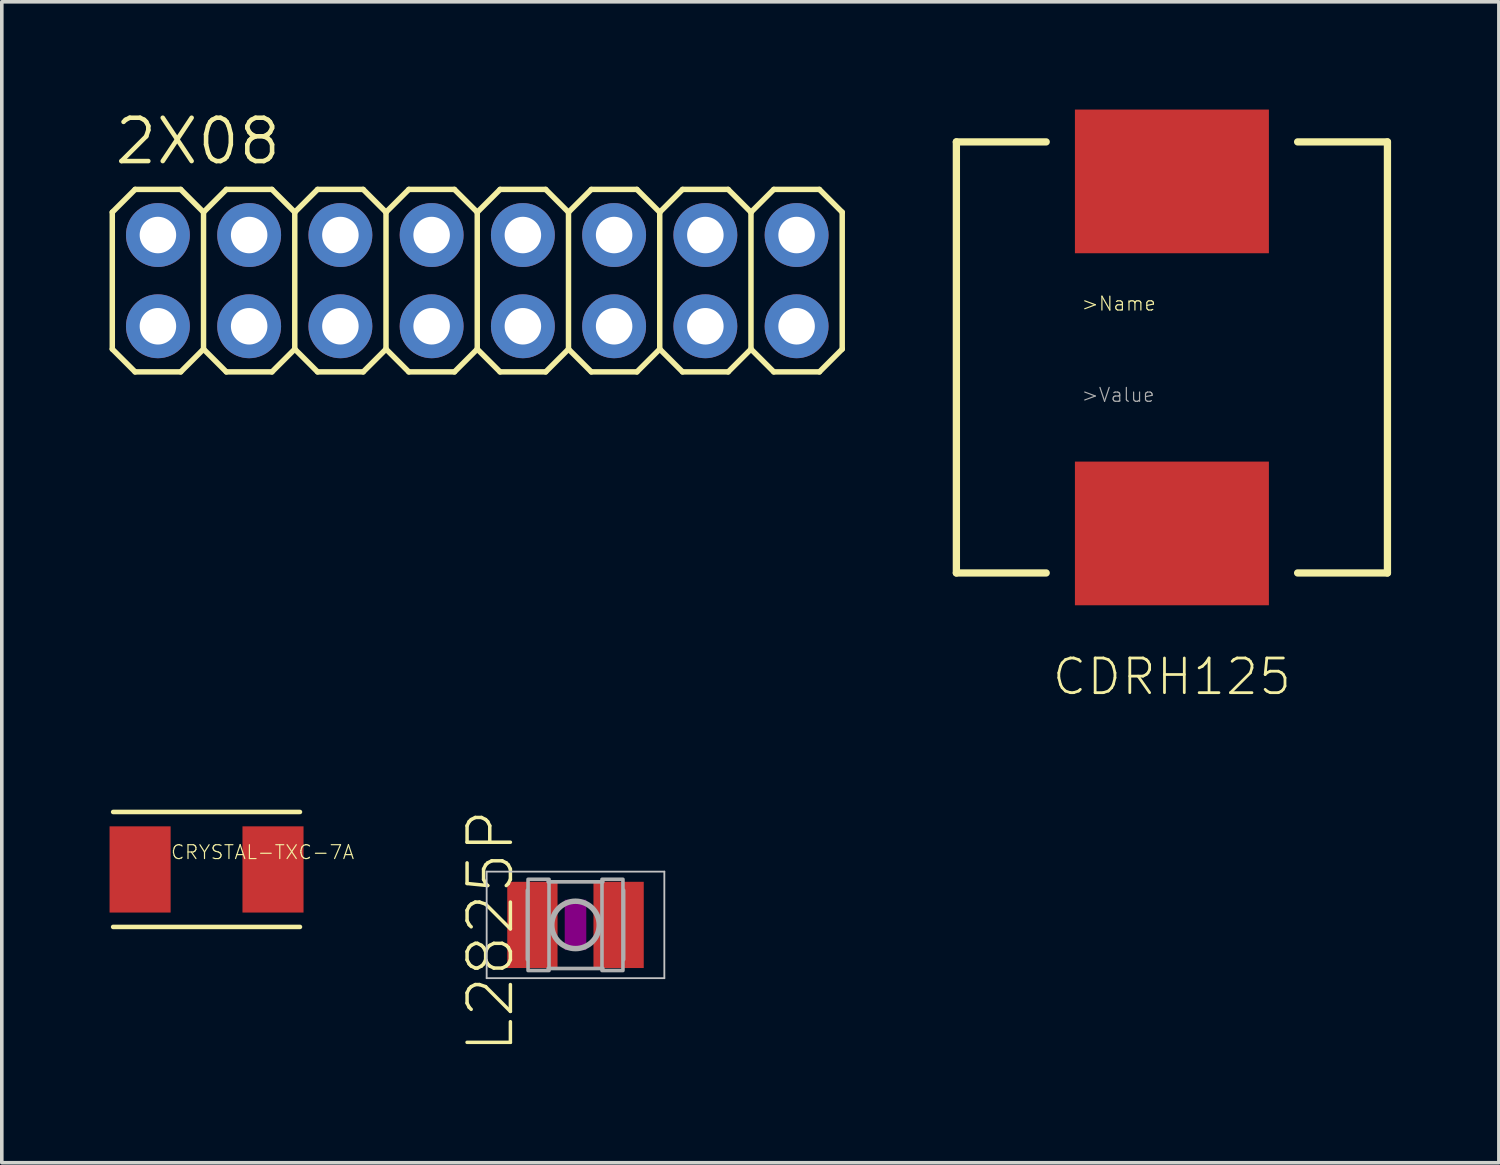
<source format=kicad_pcb>
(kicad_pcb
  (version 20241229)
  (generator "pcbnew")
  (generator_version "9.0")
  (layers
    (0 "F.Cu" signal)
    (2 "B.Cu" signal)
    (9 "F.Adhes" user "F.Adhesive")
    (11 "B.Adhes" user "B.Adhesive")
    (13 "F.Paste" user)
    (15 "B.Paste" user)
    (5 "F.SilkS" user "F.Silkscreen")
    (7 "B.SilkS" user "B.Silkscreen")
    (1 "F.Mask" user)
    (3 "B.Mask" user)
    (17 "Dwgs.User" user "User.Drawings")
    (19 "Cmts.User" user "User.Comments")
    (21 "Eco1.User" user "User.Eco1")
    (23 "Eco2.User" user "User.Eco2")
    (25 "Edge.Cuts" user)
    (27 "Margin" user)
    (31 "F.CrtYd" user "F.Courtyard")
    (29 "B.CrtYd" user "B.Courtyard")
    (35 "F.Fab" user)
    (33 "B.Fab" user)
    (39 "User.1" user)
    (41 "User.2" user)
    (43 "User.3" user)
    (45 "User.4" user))
  (footprint "CDRH125"
    (layer "F.Cu")
    (at 29.574 6.9)
    (property "Reference" "CDRH125" (at 0 8.89 180) (layer "F.SilkS") (effects (font (size 0.965 0.965) (thickness 0.077))))
    (attr through_hole)
    (fp_line (start -6 -6) (end -6 6) (stroke (width 0.203) (type solid)) (layer "F.SilkS"))
    (fp_line (start -6 6) (end -3.5 6) (stroke (width 0.203) (type solid)) (layer "F.SilkS"))
    (fp_line (start -3.5 -6) (end -6 -6) (stroke (width 0.203) (type solid)) (layer "F.SilkS"))
    (fp_line (start 3.5 6) (end 6 6) (stroke (width 0.203) (type solid)) (layer "F.SilkS"))
    (fp_line (start 6 -6) (end 3.5 -6) (stroke (width 0.203) (type solid)) (layer "F.SilkS"))
    (fp_line (start 6 6) (end 6 -6) (stroke (width 0.203) (type solid)) (layer "F.SilkS"))
    (fp_text user ">Name" (at -2.54 -1.27 0) (layer "F.SilkS") (effects (font (size 0.386 0.386) (thickness 0.033)) (justify left bottom)))
    (fp_text user ">Value" (at -2.54 1.27 0) (layer "F.Fab") (effects (font (size 0.386 0.386) (thickness 0.033)) (justify left bottom)))
    (pad "1" smd rect (at 0 -4.9) (size 5.4 4) (layers "F.Cu" "F.Mask" "F.Paste"))
    (pad "2" smd rect (at 0 4.9) (size 5.4 4) (layers "F.Cu" "F.Mask" "F.Paste")))
  (footprint "CRYSTAL-TXC-7A"
    (layer "F.Cu")
    (at 2.7 21.154)
    (property "Reference" "CRYSTAL-TXC-7A" (at -1.016 -0.254 0) (layer "F.SilkS") (effects (font (size 0.386 0.386) (thickness 0.033)) (justify left bottom)))
    (attr through_hole)
    (fp_line (start -2.6 -1.6) (end 2.6 -1.6) (stroke (width 0.127) (type solid)) (layer "F.SilkS"))
    (fp_line (start 2.6 1.6) (end -2.6 1.6) (stroke (width 0.127) (type solid)) (layer "F.SilkS"))
    (pad "P$1" smd rect (at 1.85 0) (size 1.7 2.4) (layers "F.Cu" "F.Mask" "F.Paste"))
    (pad "P$2" smd rect (at -1.85 0) (size 1.7 2.4) (layers "F.Cu" "F.Mask" "F.Paste")))
  (footprint "2X08"
    (layer "F.Cu")
    (at 10.236 4.763)
    (property "Reference" "2X08" (at -10.16 -3.175 0) (layer "F.SilkS") (effects (font (size 1.206 1.206) (thickness 0.127)) (justify left bottom)))
    (attr through_hole)
    (fp_line (start -10.16 -1.905) (end -9.525 -2.54) (stroke (width 0.152) (type solid)) (layer "F.SilkS"))
    (fp_line (start -10.16 1.905) (end -10.16 -1.905) (stroke (width 0.152) (type solid)) (layer "F.SilkS"))
    (fp_line (start -10.16 1.905) (end -9.525 2.54) (stroke (width 0.152) (type solid)) (layer "F.SilkS"))
    (fp_line (start -9.525 -2.54) (end -8.255 -2.54) (stroke (width 0.152) (type solid)) (layer "F.SilkS"))
    (fp_line (start -9.525 2.54) (end -8.255 2.54) (stroke (width 0.152) (type solid)) (layer "F.SilkS"))
    (fp_line (start -8.255 -2.54) (end -7.62 -1.905) (stroke (width 0.152) (type solid)) (layer "F.SilkS"))
    (fp_line (start -8.255 2.54) (end -7.62 1.905) (stroke (width 0.152) (type solid)) (layer "F.SilkS"))
    (fp_line (start -7.62 -1.905) (end -7.62 1.905) (stroke (width 0.152) (type solid)) (layer "F.SilkS"))
    (fp_line (start -7.62 -1.905) (end -6.985 -2.54) (stroke (width 0.152) (type solid)) (layer "F.SilkS"))
    (fp_line (start -7.62 1.905) (end -6.985 2.54) (stroke (width 0.152) (type solid)) (layer "F.SilkS"))
    (fp_line (start -6.985 -2.54) (end -5.715 -2.54) (stroke (width 0.152) (type solid)) (layer "F.SilkS"))
    (fp_line (start -6.985 2.54) (end -5.715 2.54) (stroke (width 0.152) (type solid)) (layer "F.SilkS"))
    (fp_line (start -5.715 -2.54) (end -5.08 -1.905) (stroke (width 0.152) (type solid)) (layer "F.SilkS"))
    (fp_line (start -5.715 2.54) (end -5.08 1.905) (stroke (width 0.152) (type solid)) (layer "F.SilkS"))
    (fp_line (start -5.08 -1.905) (end -5.08 1.905) (stroke (width 0.152) (type solid)) (layer "F.SilkS"))
    (fp_line (start -5.08 -1.905) (end -4.445 -2.54) (stroke (width 0.152) (type solid)) (layer "F.SilkS"))
    (fp_line (start -5.08 1.905) (end -4.445 2.54) (stroke (width 0.152) (type solid)) (layer "F.SilkS"))
    (fp_line (start -4.445 -2.54) (end -3.175 -2.54) (stroke (width 0.152) (type solid)) (layer "F.SilkS"))
    (fp_line (start -4.445 2.54) (end -3.175 2.54) (stroke (width 0.152) (type solid)) (layer "F.SilkS"))
    (fp_line (start -3.175 -2.54) (end -2.54 -1.905) (stroke (width 0.152) (type solid)) (layer "F.SilkS"))
    (fp_line (start -3.175 2.54) (end -2.54 1.905) (stroke (width 0.152) (type solid)) (layer "F.SilkS"))
    (fp_line (start -2.54 -1.905) (end -2.54 1.905) (stroke (width 0.152) (type solid)) (layer "F.SilkS"))
    (fp_line (start -2.54 -1.905) (end -1.905 -2.54) (stroke (width 0.152) (type solid)) (layer "F.SilkS"))
    (fp_line (start -2.54 1.905) (end -1.905 2.54) (stroke (width 0.152) (type solid)) (layer "F.SilkS"))
    (fp_line (start -1.905 -2.54) (end -0.635 -2.54) (stroke (width 0.152) (type solid)) (layer "F.SilkS"))
    (fp_line (start -1.905 2.54) (end -0.635 2.54) (stroke (width 0.152) (type solid)) (layer "F.SilkS"))
    (fp_line (start -0.635 -2.54) (end 0 -1.905) (stroke (width 0.152) (type solid)) (layer "F.SilkS"))
    (fp_line (start -0.635 2.54) (end 0 1.905) (stroke (width 0.152) (type solid)) (layer "F.SilkS"))
    (fp_line (start 0 -1.905) (end 0 1.905) (stroke (width 0.152) (type solid)) (layer "F.SilkS"))
    (fp_line (start 0 -1.905) (end 0.635 -2.54) (stroke (width 0.152) (type solid)) (layer "F.SilkS"))
    (fp_line (start 0 1.905) (end 0.635 2.54) (stroke (width 0.152) (type solid)) (layer "F.SilkS"))
    (fp_line (start 0.635 -2.54) (end 1.905 -2.54) (stroke (width 0.152) (type solid)) (layer "F.SilkS"))
    (fp_line (start 0.635 2.54) (end 1.905 2.54) (stroke (width 0.152) (type solid)) (layer "F.SilkS"))
    (fp_line (start 1.905 -2.54) (end 2.54 -1.905) (stroke (width 0.152) (type solid)) (layer "F.SilkS"))
    (fp_line (start 1.905 2.54) (end 2.54 1.905) (stroke (width 0.152) (type solid)) (layer "F.SilkS"))
    (fp_line (start 2.54 -1.905) (end 2.54 1.905) (stroke (width 0.152) (type solid)) (layer "F.SilkS"))
    (fp_line (start 2.54 -1.905) (end 3.175 -2.54) (stroke (width 0.152) (type solid)) (layer "F.SilkS"))
    (fp_line (start 2.54 1.905) (end 3.175 2.54) (stroke (width 0.152) (type solid)) (layer "F.SilkS"))
    (fp_line (start 3.175 -2.54) (end 4.445 -2.54) (stroke (width 0.152) (type solid)) (layer "F.SilkS"))
    (fp_line (start 3.175 2.54) (end 4.445 2.54) (stroke (width 0.152) (type solid)) (layer "F.SilkS"))
    (fp_line (start 4.445 -2.54) (end 5.08 -1.905) (stroke (width 0.152) (type solid)) (layer "F.SilkS"))
    (fp_line (start 4.445 2.54) (end 5.08 1.905) (stroke (width 0.152) (type solid)) (layer "F.SilkS"))
    (fp_line (start 5.08 -1.905) (end 5.08 1.905) (stroke (width 0.152) (type solid)) (layer "F.SilkS"))
    (fp_line (start 5.08 -1.905) (end 5.715 -2.54) (stroke (width 0.152) (type solid)) (layer "F.SilkS"))
    (fp_line (start 5.08 1.905) (end 5.715 2.54) (stroke (width 0.152) (type solid)) (layer "F.SilkS"))
    (fp_line (start 5.715 -2.54) (end 6.985 -2.54) (stroke (width 0.152) (type solid)) (layer "F.SilkS"))
    (fp_line (start 5.715 2.54) (end 6.985 2.54) (stroke (width 0.152) (type solid)) (layer "F.SilkS"))
    (fp_line (start 6.985 -2.54) (end 7.62 -1.905) (stroke (width 0.152) (type solid)) (layer "F.SilkS"))
    (fp_line (start 7.62 -1.905) (end 7.62 1.905) (stroke (width 0.152) (type solid)) (layer "F.SilkS"))
    (fp_line (start 7.62 -1.905) (end 8.255 -2.54) (stroke (width 0.152) (type solid)) (layer "F.SilkS"))
    (fp_line (start 7.62 1.905) (end 6.985 2.54) (stroke (width 0.152) (type solid)) (layer "F.SilkS"))
    (fp_line (start 7.62 1.905) (end 8.255 2.54) (stroke (width 0.152) (type solid)) (layer "F.SilkS"))
    (fp_line (start 8.255 -2.54) (end 9.525 -2.54) (stroke (width 0.152) (type solid)) (layer "F.SilkS"))
    (fp_line (start 8.255 2.54) (end 9.525 2.54) (stroke (width 0.152) (type solid)) (layer "F.SilkS"))
    (fp_line (start 9.525 -2.54) (end 10.16 -1.905) (stroke (width 0.152) (type solid)) (layer "F.SilkS"))
    (fp_line (start 10.16 -1.905) (end 10.16 1.905) (stroke (width 0.152) (type solid)) (layer "F.SilkS"))
    (fp_line (start 10.16 1.905) (end 9.525 2.54) (stroke (width 0.152) (type solid)) (layer "F.SilkS"))
    (fp_poly (pts (xy -9.144 -1.016) (xy -8.636 -1.016) (xy -8.636 -1.524) (xy -9.144 -1.524)) (stroke (width 0.1) (type solid)) (fill no) (layer "F.Fab"))
    (fp_poly (pts (xy -9.144 1.524) (xy -8.636 1.524) (xy -8.636 1.016) (xy -9.144 1.016)) (stroke (width 0.1) (type solid)) (fill no) (layer "F.Fab"))
    (fp_poly (pts (xy -6.604 -1.016) (xy -6.096 -1.016) (xy -6.096 -1.524) (xy -6.604 -1.524)) (stroke (width 0.1) (type solid)) (fill no) (layer "F.Fab"))
    (fp_poly (pts (xy -6.604 1.524) (xy -6.096 1.524) (xy -6.096 1.016) (xy -6.604 1.016)) (stroke (width 0.1) (type solid)) (fill no) (layer "F.Fab"))
    (fp_poly (pts (xy -4.064 -1.016) (xy -3.556 -1.016) (xy -3.556 -1.524) (xy -4.064 -1.524)) (stroke (width 0.1) (type solid)) (fill no) (layer "F.Fab"))
    (fp_poly (pts (xy -4.064 1.524) (xy -3.556 1.524) (xy -3.556 1.016) (xy -4.064 1.016)) (stroke (width 0.1) (type solid)) (fill no) (layer "F.Fab"))
    (fp_poly (pts (xy -1.524 -1.016) (xy -1.016 -1.016) (xy -1.016 -1.524) (xy -1.524 -1.524)) (stroke (width 0.1) (type solid)) (fill no) (layer "F.Fab"))
    (fp_poly (pts (xy -1.524 1.524) (xy -1.016 1.524) (xy -1.016 1.016) (xy -1.524 1.016)) (stroke (width 0.1) (type solid)) (fill no) (layer "F.Fab"))
    (fp_poly (pts (xy 1.016 -1.016) (xy 1.524 -1.016) (xy 1.524 -1.524) (xy 1.016 -1.524)) (stroke (width 0.1) (type solid)) (fill no) (layer "F.Fab"))
    (fp_poly (pts (xy 1.016 1.524) (xy 1.524 1.524) (xy 1.524 1.016) (xy 1.016 1.016)) (stroke (width 0.1) (type solid)) (fill no) (layer "F.Fab"))
    (fp_poly (pts (xy 3.556 -1.016) (xy 4.064 -1.016) (xy 4.064 -1.524) (xy 3.556 -1.524)) (stroke (width 0.1) (type solid)) (fill no) (layer "F.Fab"))
    (fp_poly (pts (xy 3.556 1.524) (xy 4.064 1.524) (xy 4.064 1.016) (xy 3.556 1.016)) (stroke (width 0.1) (type solid)) (fill no) (layer "F.Fab"))
    (fp_poly (pts (xy 6.096 -1.016) (xy 6.604 -1.016) (xy 6.604 -1.524) (xy 6.096 -1.524)) (stroke (width 0.1) (type solid)) (fill no) (layer "F.Fab"))
    (fp_poly (pts (xy 6.096 1.524) (xy 6.604 1.524) (xy 6.604 1.016) (xy 6.096 1.016)) (stroke (width 0.1) (type solid)) (fill no) (layer "F.Fab"))
    (fp_poly (pts (xy 8.636 -1.016) (xy 9.144 -1.016) (xy 9.144 -1.524) (xy 8.636 -1.524)) (stroke (width 0.1) (type solid)) (fill no) (layer "F.Fab"))
    (fp_poly (pts (xy 8.636 1.524) (xy 9.144 1.524) (xy 9.144 1.016) (xy 8.636 1.016)) (stroke (width 0.1) (type solid)) (fill no) (layer "F.Fab"))
    (pad "1" thru_hole circle (at -8.89 1.27) (size 1.778 1.778) (drill 1.016) (layers "*.Cu" "*.Mask"))
    (pad "2" thru_hole circle (at -8.89 -1.27) (size 1.778 1.778) (drill 1.016) (layers "*.Cu" "*.Mask"))
    (pad "3" thru_hole circle (at -6.35 1.27) (size 1.778 1.778) (drill 1.016) (layers "*.Cu" "*.Mask"))
    (pad "4" thru_hole circle (at -6.35 -1.27) (size 1.778 1.778) (drill 1.016) (layers "*.Cu" "*.Mask"))
    (pad "5" thru_hole circle (at -3.81 1.27) (size 1.778 1.778) (drill 1.016) (layers "*.Cu" "*.Mask"))
    (pad "6" thru_hole circle (at -3.81 -1.27) (size 1.778 1.778) (drill 1.016) (layers "*.Cu" "*.Mask"))
    (pad "7" thru_hole circle (at -1.27 1.27) (size 1.778 1.778) (drill 1.016) (layers "*.Cu" "*.Mask"))
    (pad "8" thru_hole circle (at -1.27 -1.27) (size 1.778 1.778) (drill 1.016) (layers "*.Cu" "*.Mask"))
    (pad "9" thru_hole circle (at 1.27 1.27) (size 1.778 1.778) (drill 1.016) (layers "*.Cu" "*.Mask"))
    (pad "10" thru_hole circle (at 1.27 -1.27) (size 1.778 1.778) (drill 1.016) (layers "*.Cu" "*.Mask"))
    (pad "11" thru_hole circle (at 3.81 1.27) (size 1.778 1.778) (drill 1.016) (layers "*.Cu" "*.Mask"))
    (pad "12" thru_hole circle (at 3.81 -1.27) (size 1.778 1.778) (drill 1.016) (layers "*.Cu" "*.Mask"))
    (pad "13" thru_hole circle (at 6.35 1.27) (size 1.778 1.778) (drill 1.016) (layers "*.Cu" "*.Mask"))
    (pad "14" thru_hole circle (at 6.35 -1.27) (size 1.778 1.778) (drill 1.016) (layers "*.Cu" "*.Mask"))
    (pad "15" thru_hole circle (at 8.89 1.27) (size 1.778 1.778) (drill 1.016) (layers "*.Cu" "*.Mask"))
    (pad "16" thru_hole circle (at 8.89 -1.27) (size 1.778 1.778) (drill 1.016) (layers "*.Cu" "*.Mask")))
  (footprint "L2825P"
    (layer "F.Cu")
    (at 12.971 22.698)
    (property "Reference" "L2825P" (at -1.66 3.62 270) (layer "F.SilkS") (effects (font (size 1.206 1.206) (thickness 0.097)) (justify left bottom)))
    (attr through_hole)
    (fp_poly (pts (xy -0.3 0.7) (xy 0.3 0.7) (xy 0.3 -0.7) (xy -0.3 -0.7)) (stroke (width 0) (type solid)) (fill yes) (layer "F.Adhes"))
    (fp_line (start -2.473 -1.483) (end 2.473 -1.483) (stroke (width 0.051) (type solid)) (layer "Dwgs.User"))
    (fp_line (start -2.473 1.483) (end -2.473 -1.483) (stroke (width 0.051) (type solid)) (layer "Dwgs.User"))
    (fp_line (start 2.473 -1.483) (end 2.473 1.483) (stroke (width 0.051) (type solid)) (layer "Dwgs.User"))
    (fp_line (start 2.473 1.483) (end -2.473 1.483) (stroke (width 0.051) (type solid)) (layer "Dwgs.User"))
    (fp_line (start -1.34 -0.965) (end -1.34 0.965) (stroke (width 0.102) (type solid)) (layer "F.Fab"))
    (fp_line (start -0.762 -1.2) (end 0.762 -1.2) (stroke (width 0.102) (type solid)) (layer "F.Fab"))
    (fp_line (start -0.762 1.213) (end 0.762 1.213) (stroke (width 0.102) (type solid)) (layer "F.Fab"))
    (fp_line (start 1.34 0.965) (end 1.34 -0.965) (stroke (width 0.102) (type solid)) (layer "F.Fab"))
    (fp_circle (center 0 0) (end 0.66 0) (stroke (width 0.152) (type solid)) (fill no) (layer "F.Fab"))
    (fp_poly (pts (xy -1.321 1.27) (xy -0.737 1.27) (xy -0.737 -1.27) (xy -1.321 -1.27)) (stroke (width 0.1) (type solid)) (fill no) (layer "F.Fab"))
    (fp_poly (pts (xy 0.737 1.27) (xy 1.321 1.27) (xy 1.321 -1.27) (xy 0.737 -1.27)) (stroke (width 0.1) (type solid)) (fill no) (layer "F.Fab"))
    (pad "1" smd rect (at -1.2 0) (size 1.4 2.4) (layers "F.Cu" "F.Mask" "F.Paste"))
    (pad "2" smd rect (at 1.2 0) (size 1.4 2.4) (layers "F.Cu" "F.Mask" "F.Paste")))
  (gr_rect
    (start -3 -3)
    (end 38.676 29.318)
    (stroke (width 0.1) (type default))
    (fill no)
    (layer "Edge.Cuts")))
</source>
